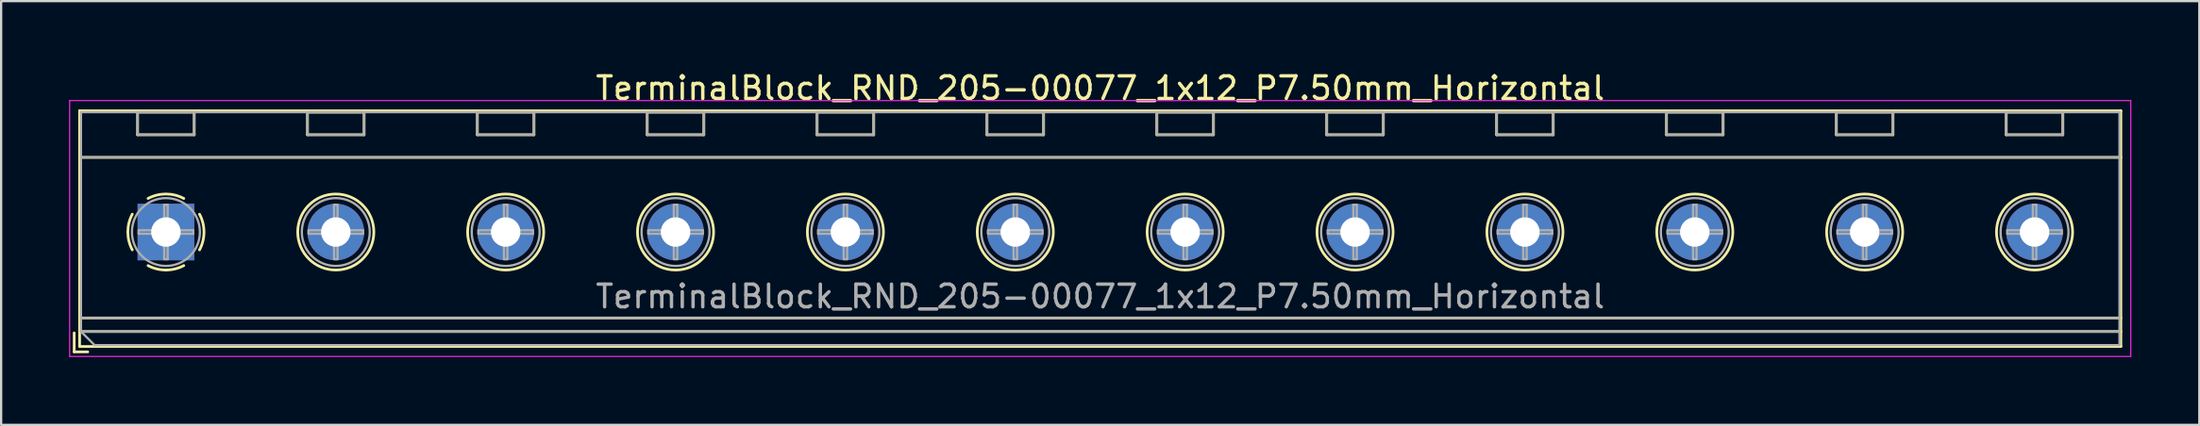
<source format=kicad_pcb>
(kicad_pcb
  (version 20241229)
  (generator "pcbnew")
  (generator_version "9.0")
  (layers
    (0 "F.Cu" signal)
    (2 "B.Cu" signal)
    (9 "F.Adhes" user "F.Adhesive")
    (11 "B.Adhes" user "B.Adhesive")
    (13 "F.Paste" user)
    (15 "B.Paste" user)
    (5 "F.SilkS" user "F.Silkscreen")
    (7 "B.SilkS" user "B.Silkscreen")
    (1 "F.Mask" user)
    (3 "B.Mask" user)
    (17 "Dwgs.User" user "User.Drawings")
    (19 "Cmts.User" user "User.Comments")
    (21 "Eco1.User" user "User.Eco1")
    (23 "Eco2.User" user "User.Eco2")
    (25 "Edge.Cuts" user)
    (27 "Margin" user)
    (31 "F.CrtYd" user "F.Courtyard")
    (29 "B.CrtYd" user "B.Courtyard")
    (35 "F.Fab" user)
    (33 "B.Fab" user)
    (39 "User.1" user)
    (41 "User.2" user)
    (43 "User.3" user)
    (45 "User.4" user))
  (footprint "TerminalBlock_RND_205-00077_1x12_P7.50mm_Horizontal"
    (layer "F.Cu")
    (at 4.275 7.208)
    (property "Reference" "TerminalBlock_RND_205-00077_1x12_P7.50mm_Horizontal" (at 41.25 -6.36 0) (layer "F.SilkS") (effects (font (size 1 1) (thickness 0.15))))
    (attr through_hole)
    (fp_line (start -4.05 4.46) (end -4.05 5.3) (stroke (width 0.12) (type solid)) (layer "F.SilkS"))
    (fp_line (start -4.05 5.3) (end -3.45 5.3) (stroke (width 0.12) (type solid)) (layer "F.SilkS"))
    (fp_line (start -3.81 -5.36) (end -3.81 5.06) (stroke (width 0.12) (type solid)) (layer "F.SilkS"))
    (fp_line (start -3.81 -5.36) (end 86.31 -5.36) (stroke (width 0.12) (type solid)) (layer "F.SilkS"))
    (fp_line (start -3.81 -3.301) (end 86.31 -3.301) (stroke (width 0.12) (type solid)) (layer "F.SilkS"))
    (fp_line (start -3.81 3.8) (end 86.31 3.8) (stroke (width 0.12) (type solid)) (layer "F.SilkS"))
    (fp_line (start -3.81 4.4) (end 86.31 4.4) (stroke (width 0.12) (type solid)) (layer "F.SilkS"))
    (fp_line (start -3.81 5.06) (end 86.31 5.06) (stroke (width 0.12) (type solid)) (layer "F.SilkS"))
    (fp_line (start -1.25 -5.301) (end -1.25 -4.301) (stroke (width 0.12) (type solid)) (layer "F.SilkS"))
    (fp_line (start -1.25 -5.301) (end 1.25 -5.301) (stroke (width 0.12) (type solid)) (layer "F.SilkS"))
    (fp_line (start -1.25 -4.301) (end 1.25 -4.301) (stroke (width 0.12) (type solid)) (layer "F.SilkS"))
    (fp_line (start 1.25 -5.301) (end 1.25 -4.301) (stroke (width 0.12) (type solid)) (layer "F.SilkS"))
    (fp_line (start 6.25 -5.301) (end 6.25 -4.301) (stroke (width 0.12) (type solid)) (layer "F.SilkS"))
    (fp_line (start 6.25 -5.301) (end 8.75 -5.301) (stroke (width 0.12) (type solid)) (layer "F.SilkS"))
    (fp_line (start 6.25 -4.301) (end 8.75 -4.301) (stroke (width 0.12) (type solid)) (layer "F.SilkS"))
    (fp_line (start 8.75 -5.301) (end 8.75 -4.301) (stroke (width 0.12) (type solid)) (layer "F.SilkS"))
    (fp_line (start 13.75 -5.301) (end 13.75 -4.301) (stroke (width 0.12) (type solid)) (layer "F.SilkS"))
    (fp_line (start 13.75 -5.301) (end 16.25 -5.301) (stroke (width 0.12) (type solid)) (layer "F.SilkS"))
    (fp_line (start 13.75 -4.301) (end 16.25 -4.301) (stroke (width 0.12) (type solid)) (layer "F.SilkS"))
    (fp_line (start 16.25 -5.301) (end 16.25 -4.301) (stroke (width 0.12) (type solid)) (layer "F.SilkS"))
    (fp_line (start 21.25 -5.301) (end 21.25 -4.301) (stroke (width 0.12) (type solid)) (layer "F.SilkS"))
    (fp_line (start 21.25 -5.301) (end 23.75 -5.301) (stroke (width 0.12) (type solid)) (layer "F.SilkS"))
    (fp_line (start 21.25 -4.301) (end 23.75 -4.301) (stroke (width 0.12) (type solid)) (layer "F.SilkS"))
    (fp_line (start 23.75 -5.301) (end 23.75 -4.301) (stroke (width 0.12) (type solid)) (layer "F.SilkS"))
    (fp_line (start 28.75 -5.301) (end 28.75 -4.301) (stroke (width 0.12) (type solid)) (layer "F.SilkS"))
    (fp_line (start 28.75 -5.301) (end 31.25 -5.301) (stroke (width 0.12) (type solid)) (layer "F.SilkS"))
    (fp_line (start 28.75 -4.301) (end 31.25 -4.301) (stroke (width 0.12) (type solid)) (layer "F.SilkS"))
    (fp_line (start 31.25 -5.301) (end 31.25 -4.301) (stroke (width 0.12) (type solid)) (layer "F.SilkS"))
    (fp_line (start 36.25 -5.301) (end 36.25 -4.301) (stroke (width 0.12) (type solid)) (layer "F.SilkS"))
    (fp_line (start 36.25 -5.301) (end 38.75 -5.301) (stroke (width 0.12) (type solid)) (layer "F.SilkS"))
    (fp_line (start 36.25 -4.301) (end 38.75 -4.301) (stroke (width 0.12) (type solid)) (layer "F.SilkS"))
    (fp_line (start 38.75 -5.301) (end 38.75 -4.301) (stroke (width 0.12) (type solid)) (layer "F.SilkS"))
    (fp_line (start 43.75 -5.301) (end 43.75 -4.301) (stroke (width 0.12) (type solid)) (layer "F.SilkS"))
    (fp_line (start 43.75 -5.301) (end 46.25 -5.301) (stroke (width 0.12) (type solid)) (layer "F.SilkS"))
    (fp_line (start 43.75 -4.301) (end 46.25 -4.301) (stroke (width 0.12) (type solid)) (layer "F.SilkS"))
    (fp_line (start 46.25 -5.301) (end 46.25 -4.301) (stroke (width 0.12) (type solid)) (layer "F.SilkS"))
    (fp_line (start 51.25 -5.301) (end 51.25 -4.301) (stroke (width 0.12) (type solid)) (layer "F.SilkS"))
    (fp_line (start 51.25 -5.301) (end 53.75 -5.301) (stroke (width 0.12) (type solid)) (layer "F.SilkS"))
    (fp_line (start 51.25 -4.301) (end 53.75 -4.301) (stroke (width 0.12) (type solid)) (layer "F.SilkS"))
    (fp_line (start 53.75 -5.301) (end 53.75 -4.301) (stroke (width 0.12) (type solid)) (layer "F.SilkS"))
    (fp_line (start 58.75 -5.301) (end 58.75 -4.301) (stroke (width 0.12) (type solid)) (layer "F.SilkS"))
    (fp_line (start 58.75 -5.301) (end 61.25 -5.301) (stroke (width 0.12) (type solid)) (layer "F.SilkS"))
    (fp_line (start 58.75 -4.301) (end 61.25 -4.301) (stroke (width 0.12) (type solid)) (layer "F.SilkS"))
    (fp_line (start 61.25 -5.301) (end 61.25 -4.301) (stroke (width 0.12) (type solid)) (layer "F.SilkS"))
    (fp_line (start 66.25 -5.301) (end 66.25 -4.301) (stroke (width 0.12) (type solid)) (layer "F.SilkS"))
    (fp_line (start 66.25 -5.301) (end 68.75 -5.301) (stroke (width 0.12) (type solid)) (layer "F.SilkS"))
    (fp_line (start 66.25 -4.301) (end 68.75 -4.301) (stroke (width 0.12) (type solid)) (layer "F.SilkS"))
    (fp_line (start 68.75 -5.301) (end 68.75 -4.301) (stroke (width 0.12) (type solid)) (layer "F.SilkS"))
    (fp_line (start 73.75 -5.301) (end 73.75 -4.301) (stroke (width 0.12) (type solid)) (layer "F.SilkS"))
    (fp_line (start 73.75 -5.301) (end 76.25 -5.301) (stroke (width 0.12) (type solid)) (layer "F.SilkS"))
    (fp_line (start 73.75 -4.301) (end 76.25 -4.301) (stroke (width 0.12) (type solid)) (layer "F.SilkS"))
    (fp_line (start 76.25 -5.301) (end 76.25 -4.301) (stroke (width 0.12) (type solid)) (layer "F.SilkS"))
    (fp_line (start 81.25 -5.301) (end 81.25 -4.301) (stroke (width 0.12) (type solid)) (layer "F.SilkS"))
    (fp_line (start 81.25 -5.301) (end 83.75 -5.301) (stroke (width 0.12) (type solid)) (layer "F.SilkS"))
    (fp_line (start 81.25 -4.301) (end 83.75 -4.301) (stroke (width 0.12) (type solid)) (layer "F.SilkS"))
    (fp_line (start 83.75 -5.301) (end 83.75 -4.301) (stroke (width 0.12) (type solid)) (layer "F.SilkS"))
    (fp_line (start 86.31 -5.36) (end 86.31 5.06) (stroke (width 0.12) (type solid)) (layer "F.SilkS"))
    (fp_arc (start -1.483953 0.789089) (mid -1.680708 0.00005) (end -1.484 -0.789) (stroke (width 0.12) (type solid)) (layer "F.SilkS"))
    (fp_arc (start -0.789089 -1.483953) (mid -0.00005 -1.680708) (end 0.789 -1.484) (stroke (width 0.12) (type solid)) (layer "F.SilkS"))
    (fp_arc (start 0.029383 1.68045) (mid -0.392304 1.634281) (end -0.789 1.484) (stroke (width 0.12) (type solid)) (layer "F.SilkS"))
    (fp_arc (start 0.788712 1.483352) (mid 0.406429 1.630097) (end 0 1.68) (stroke (width 0.12) (type solid)) (layer "F.SilkS"))
    (fp_arc (start 1.483953 -0.789089) (mid 1.680708 -0.00005) (end 1.484 0.789) (stroke (width 0.12) (type solid)) (layer "F.SilkS"))
    (fp_circle (center 7.5 0) (end 9.18 0) (stroke (width 0.12) (type solid)) (fill no) (layer "F.SilkS"))
    (fp_circle (center 15 0) (end 16.68 0) (stroke (width 0.12) (type solid)) (fill no) (layer "F.SilkS"))
    (fp_circle (center 22.5 0) (end 24.18 0) (stroke (width 0.12) (type solid)) (fill no) (layer "F.SilkS"))
    (fp_circle (center 30 0) (end 31.68 0) (stroke (width 0.12) (type solid)) (fill no) (layer "F.SilkS"))
    (fp_circle (center 37.5 0) (end 39.18 0) (stroke (width 0.12) (type solid)) (fill no) (layer "F.SilkS"))
    (fp_circle (center 45 0) (end 46.68 0) (stroke (width 0.12) (type solid)) (fill no) (layer "F.SilkS"))
    (fp_circle (center 52.5 0) (end 54.18 0) (stroke (width 0.12) (type solid)) (fill no) (layer "F.SilkS"))
    (fp_circle (center 60 0) (end 61.68 0) (stroke (width 0.12) (type solid)) (fill no) (layer "F.SilkS"))
    (fp_circle (center 67.5 0) (end 69.18 0) (stroke (width 0.12) (type solid)) (fill no) (layer "F.SilkS"))
    (fp_circle (center 75 0) (end 76.68 0) (stroke (width 0.12) (type solid)) (fill no) (layer "F.SilkS"))
    (fp_circle (center 82.5 0) (end 84.18 0) (stroke (width 0.12) (type solid)) (fill no) (layer "F.SilkS"))
    (fp_line (start -4.25 -5.81) (end -4.25 5.5) (stroke (width 0.05) (type solid)) (layer "F.CrtYd"))
    (fp_line (start -4.25 5.5) (end 86.75 5.5) (stroke (width 0.05) (type solid)) (layer "F.CrtYd"))
    (fp_line (start 86.75 -5.81) (end -4.25 -5.81) (stroke (width 0.05) (type solid)) (layer "F.CrtYd"))
    (fp_line (start 86.75 5.5) (end 86.75 -5.81) (stroke (width 0.05) (type solid)) (layer "F.CrtYd"))
    (fp_line (start -3.75 -5.3) (end 86.25 -5.3) (stroke (width 0.1) (type solid)) (layer "F.Fab"))
    (fp_line (start -3.75 -3.3) (end 86.25 -3.3) (stroke (width 0.1) (type solid)) (layer "F.Fab"))
    (fp_line (start -3.75 3.8) (end 86.25 3.8) (stroke (width 0.1) (type solid)) (layer "F.Fab"))
    (fp_line (start -3.75 4.4) (end -3.75 -5.3) (stroke (width 0.1) (type solid)) (layer "F.Fab"))
    (fp_line (start -3.75 4.4) (end 86.25 4.4) (stroke (width 0.1) (type solid)) (layer "F.Fab"))
    (fp_line (start -3.15 5) (end -3.75 4.4) (stroke (width 0.1) (type solid)) (layer "F.Fab"))
    (fp_line (start -1.25 -5.3) (end -1.25 -4.3) (stroke (width 0.1) (type solid)) (layer "F.Fab"))
    (fp_line (start -1.25 -4.3) (end 1.25 -4.3) (stroke (width 0.1) (type solid)) (layer "F.Fab"))
    (fp_line (start -1.201 -0.076) (end -0.076 -0.076) (stroke (width 0.1) (type solid)) (layer "F.Fab"))
    (fp_line (start -1.201 0.076) (end -1.201 -0.076) (stroke (width 0.1) (type solid)) (layer "F.Fab"))
    (fp_line (start -0.076 -1.201) (end 0.076 -1.201) (stroke (width 0.1) (type solid)) (layer "F.Fab"))
    (fp_line (start -0.076 -0.076) (end -0.076 -1.201) (stroke (width 0.1) (type solid)) (layer "F.Fab"))
    (fp_line (start -0.076 0.076) (end -1.201 0.076) (stroke (width 0.1) (type solid)) (layer "F.Fab"))
    (fp_line (start -0.076 1.201) (end -0.076 0.076) (stroke (width 0.1) (type solid)) (layer "F.Fab"))
    (fp_line (start 0.076 -1.201) (end 0.076 -0.076) (stroke (width 0.1) (type solid)) (layer "F.Fab"))
    (fp_line (start 0.076 -0.076) (end 1.201 -0.076) (stroke (width 0.1) (type solid)) (layer "F.Fab"))
    (fp_line (start 0.076 0.076) (end 0.076 1.201) (stroke (width 0.1) (type solid)) (layer "F.Fab"))
    (fp_line (start 0.076 1.201) (end -0.076 1.201) (stroke (width 0.1) (type solid)) (layer "F.Fab"))
    (fp_line (start 1.201 -0.076) (end 1.201 0.076) (stroke (width 0.1) (type solid)) (layer "F.Fab"))
    (fp_line (start 1.201 0.076) (end 0.076 0.076) (stroke (width 0.1) (type solid)) (layer "F.Fab"))
    (fp_line (start 1.25 -5.3) (end -1.25 -5.3) (stroke (width 0.1) (type solid)) (layer "F.Fab"))
    (fp_line (start 1.25 -4.3) (end 1.25 -5.3) (stroke (width 0.1) (type solid)) (layer "F.Fab"))
    (fp_line (start 6.25 -5.3) (end 6.25 -4.3) (stroke (width 0.1) (type solid)) (layer "F.Fab"))
    (fp_line (start 6.25 -4.3) (end 8.75 -4.3) (stroke (width 0.1) (type solid)) (layer "F.Fab"))
    (fp_line (start 6.299 -0.076) (end 7.424 -0.076) (stroke (width 0.1) (type solid)) (layer "F.Fab"))
    (fp_line (start 6.299 0.076) (end 6.299 -0.076) (stroke (width 0.1) (type solid)) (layer "F.Fab"))
    (fp_line (start 7.424 -1.201) (end 7.576 -1.201) (stroke (width 0.1) (type solid)) (layer "F.Fab"))
    (fp_line (start 7.424 -0.076) (end 7.424 -1.201) (stroke (width 0.1) (type solid)) (layer "F.Fab"))
    (fp_line (start 7.424 0.076) (end 6.299 0.076) (stroke (width 0.1) (type solid)) (layer "F.Fab"))
    (fp_line (start 7.424 1.201) (end 7.424 0.076) (stroke (width 0.1) (type solid)) (layer "F.Fab"))
    (fp_line (start 7.576 -1.201) (end 7.576 -0.076) (stroke (width 0.1) (type solid)) (layer "F.Fab"))
    (fp_line (start 7.576 -0.076) (end 8.701 -0.076) (stroke (width 0.1) (type solid)) (layer "F.Fab"))
    (fp_line (start 7.576 0.076) (end 7.576 1.201) (stroke (width 0.1) (type solid)) (layer "F.Fab"))
    (fp_line (start 7.576 1.201) (end 7.424 1.201) (stroke (width 0.1) (type solid)) (layer "F.Fab"))
    (fp_line (start 8.701 -0.076) (end 8.701 0.076) (stroke (width 0.1) (type solid)) (layer "F.Fab"))
    (fp_line (start 8.701 0.076) (end 7.576 0.076) (stroke (width 0.1) (type solid)) (layer "F.Fab"))
    (fp_line (start 8.75 -5.3) (end 6.25 -5.3) (stroke (width 0.1) (type solid)) (layer "F.Fab"))
    (fp_line (start 8.75 -4.3) (end 8.75 -5.3) (stroke (width 0.1) (type solid)) (layer "F.Fab"))
    (fp_line (start 13.75 -5.3) (end 13.75 -4.3) (stroke (width 0.1) (type solid)) (layer "F.Fab"))
    (fp_line (start 13.75 -4.3) (end 16.25 -4.3) (stroke (width 0.1) (type solid)) (layer "F.Fab"))
    (fp_line (start 13.799 -0.076) (end 14.924 -0.076) (stroke (width 0.1) (type solid)) (layer "F.Fab"))
    (fp_line (start 13.799 0.076) (end 13.799 -0.076) (stroke (width 0.1) (type solid)) (layer "F.Fab"))
    (fp_line (start 14.924 -1.201) (end 15.076 -1.201) (stroke (width 0.1) (type solid)) (layer "F.Fab"))
    (fp_line (start 14.924 -0.076) (end 14.924 -1.201) (stroke (width 0.1) (type solid)) (layer "F.Fab"))
    (fp_line (start 14.924 0.076) (end 13.799 0.076) (stroke (width 0.1) (type solid)) (layer "F.Fab"))
    (fp_line (start 14.924 1.201) (end 14.924 0.076) (stroke (width 0.1) (type solid)) (layer "F.Fab"))
    (fp_line (start 15.076 -1.201) (end 15.076 -0.076) (stroke (width 0.1) (type solid)) (layer "F.Fab"))
    (fp_line (start 15.076 -0.076) (end 16.201 -0.076) (stroke (width 0.1) (type solid)) (layer "F.Fab"))
    (fp_line (start 15.076 0.076) (end 15.076 1.201) (stroke (width 0.1) (type solid)) (layer "F.Fab"))
    (fp_line (start 15.076 1.201) (end 14.924 1.201) (stroke (width 0.1) (type solid)) (layer "F.Fab"))
    (fp_line (start 16.201 -0.076) (end 16.201 0.076) (stroke (width 0.1) (type solid)) (layer "F.Fab"))
    (fp_line (start 16.201 0.076) (end 15.076 0.076) (stroke (width 0.1) (type solid)) (layer "F.Fab"))
    (fp_line (start 16.25 -5.3) (end 13.75 -5.3) (stroke (width 0.1) (type solid)) (layer "F.Fab"))
    (fp_line (start 16.25 -4.3) (end 16.25 -5.3) (stroke (width 0.1) (type solid)) (layer "F.Fab"))
    (fp_line (start 21.25 -5.3) (end 21.25 -4.3) (stroke (width 0.1) (type solid)) (layer "F.Fab"))
    (fp_line (start 21.25 -4.3) (end 23.75 -4.3) (stroke (width 0.1) (type solid)) (layer "F.Fab"))
    (fp_line (start 21.299 -0.076) (end 22.424 -0.076) (stroke (width 0.1) (type solid)) (layer "F.Fab"))
    (fp_line (start 21.299 0.076) (end 21.299 -0.076) (stroke (width 0.1) (type solid)) (layer "F.Fab"))
    (fp_line (start 22.424 -1.201) (end 22.576 -1.201) (stroke (width 0.1) (type solid)) (layer "F.Fab"))
    (fp_line (start 22.424 -0.076) (end 22.424 -1.201) (stroke (width 0.1) (type solid)) (layer "F.Fab"))
    (fp_line (start 22.424 0.076) (end 21.299 0.076) (stroke (width 0.1) (type solid)) (layer "F.Fab"))
    (fp_line (start 22.424 1.201) (end 22.424 0.076) (stroke (width 0.1) (type solid)) (layer "F.Fab"))
    (fp_line (start 22.576 -1.201) (end 22.576 -0.076) (stroke (width 0.1) (type solid)) (layer "F.Fab"))
    (fp_line (start 22.576 -0.076) (end 23.701 -0.076) (stroke (width 0.1) (type solid)) (layer "F.Fab"))
    (fp_line (start 22.576 0.076) (end 22.576 1.201) (stroke (width 0.1) (type solid)) (layer "F.Fab"))
    (fp_line (start 22.576 1.201) (end 22.424 1.201) (stroke (width 0.1) (type solid)) (layer "F.Fab"))
    (fp_line (start 23.701 -0.076) (end 23.701 0.076) (stroke (width 0.1) (type solid)) (layer "F.Fab"))
    (fp_line (start 23.701 0.076) (end 22.576 0.076) (stroke (width 0.1) (type solid)) (layer "F.Fab"))
    (fp_line (start 23.75 -5.3) (end 21.25 -5.3) (stroke (width 0.1) (type solid)) (layer "F.Fab"))
    (fp_line (start 23.75 -4.3) (end 23.75 -5.3) (stroke (width 0.1) (type solid)) (layer "F.Fab"))
    (fp_line (start 28.75 -5.3) (end 28.75 -4.3) (stroke (width 0.1) (type solid)) (layer "F.Fab"))
    (fp_line (start 28.75 -4.3) (end 31.25 -4.3) (stroke (width 0.1) (type solid)) (layer "F.Fab"))
    (fp_line (start 28.799 -0.076) (end 29.924 -0.076) (stroke (width 0.1) (type solid)) (layer "F.Fab"))
    (fp_line (start 28.799 0.076) (end 28.799 -0.076) (stroke (width 0.1) (type solid)) (layer "F.Fab"))
    (fp_line (start 29.924 -1.201) (end 30.076 -1.201) (stroke (width 0.1) (type solid)) (layer "F.Fab"))
    (fp_line (start 29.924 -0.076) (end 29.924 -1.201) (stroke (width 0.1) (type solid)) (layer "F.Fab"))
    (fp_line (start 29.924 0.076) (end 28.799 0.076) (stroke (width 0.1) (type solid)) (layer "F.Fab"))
    (fp_line (start 29.924 1.201) (end 29.924 0.076) (stroke (width 0.1) (type solid)) (layer "F.Fab"))
    (fp_line (start 30.076 -1.201) (end 30.076 -0.076) (stroke (width 0.1) (type solid)) (layer "F.Fab"))
    (fp_line (start 30.076 -0.076) (end 31.201 -0.076) (stroke (width 0.1) (type solid)) (layer "F.Fab"))
    (fp_line (start 30.076 0.076) (end 30.076 1.201) (stroke (width 0.1) (type solid)) (layer "F.Fab"))
    (fp_line (start 30.076 1.201) (end 29.924 1.201) (stroke (width 0.1) (type solid)) (layer "F.Fab"))
    (fp_line (start 31.201 -0.076) (end 31.201 0.076) (stroke (width 0.1) (type solid)) (layer "F.Fab"))
    (fp_line (start 31.201 0.076) (end 30.076 0.076) (stroke (width 0.1) (type solid)) (layer "F.Fab"))
    (fp_line (start 31.25 -5.3) (end 28.75 -5.3) (stroke (width 0.1) (type solid)) (layer "F.Fab"))
    (fp_line (start 31.25 -4.3) (end 31.25 -5.3) (stroke (width 0.1) (type solid)) (layer "F.Fab"))
    (fp_line (start 36.25 -5.3) (end 36.25 -4.3) (stroke (width 0.1) (type solid)) (layer "F.Fab"))
    (fp_line (start 36.25 -4.3) (end 38.75 -4.3) (stroke (width 0.1) (type solid)) (layer "F.Fab"))
    (fp_line (start 36.299 -0.076) (end 37.424 -0.076) (stroke (width 0.1) (type solid)) (layer "F.Fab"))
    (fp_line (start 36.299 0.076) (end 36.299 -0.076) (stroke (width 0.1) (type solid)) (layer "F.Fab"))
    (fp_line (start 37.424 -1.201) (end 37.576 -1.201) (stroke (width 0.1) (type solid)) (layer "F.Fab"))
    (fp_line (start 37.424 -0.076) (end 37.424 -1.201) (stroke (width 0.1) (type solid)) (layer "F.Fab"))
    (fp_line (start 37.424 0.076) (end 36.299 0.076) (stroke (width 0.1) (type solid)) (layer "F.Fab"))
    (fp_line (start 37.424 1.201) (end 37.424 0.076) (stroke (width 0.1) (type solid)) (layer "F.Fab"))
    (fp_line (start 37.576 -1.201) (end 37.576 -0.076) (stroke (width 0.1) (type solid)) (layer "F.Fab"))
    (fp_line (start 37.576 -0.076) (end 38.701 -0.076) (stroke (width 0.1) (type solid)) (layer "F.Fab"))
    (fp_line (start 37.576 0.076) (end 37.576 1.201) (stroke (width 0.1) (type solid)) (layer "F.Fab"))
    (fp_line (start 37.576 1.201) (end 37.424 1.201) (stroke (width 0.1) (type solid)) (layer "F.Fab"))
    (fp_line (start 38.701 -0.076) (end 38.701 0.076) (stroke (width 0.1) (type solid)) (layer "F.Fab"))
    (fp_line (start 38.701 0.076) (end 37.576 0.076) (stroke (width 0.1) (type solid)) (layer "F.Fab"))
    (fp_line (start 38.75 -5.3) (end 36.25 -5.3) (stroke (width 0.1) (type solid)) (layer "F.Fab"))
    (fp_line (start 38.75 -4.3) (end 38.75 -5.3) (stroke (width 0.1) (type solid)) (layer "F.Fab"))
    (fp_line (start 43.75 -5.3) (end 43.75 -4.3) (stroke (width 0.1) (type solid)) (layer "F.Fab"))
    (fp_line (start 43.75 -4.3) (end 46.25 -4.3) (stroke (width 0.1) (type solid)) (layer "F.Fab"))
    (fp_line (start 43.799 -0.076) (end 44.924 -0.076) (stroke (width 0.1) (type solid)) (layer "F.Fab"))
    (fp_line (start 43.799 0.076) (end 43.799 -0.076) (stroke (width 0.1) (type solid)) (layer "F.Fab"))
    (fp_line (start 44.924 -1.201) (end 45.076 -1.201) (stroke (width 0.1) (type solid)) (layer "F.Fab"))
    (fp_line (start 44.924 -0.076) (end 44.924 -1.201) (stroke (width 0.1) (type solid)) (layer "F.Fab"))
    (fp_line (start 44.924 0.076) (end 43.799 0.076) (stroke (width 0.1) (type solid)) (layer "F.Fab"))
    (fp_line (start 44.924 1.201) (end 44.924 0.076) (stroke (width 0.1) (type solid)) (layer "F.Fab"))
    (fp_line (start 45.076 -1.201) (end 45.076 -0.076) (stroke (width 0.1) (type solid)) (layer "F.Fab"))
    (fp_line (start 45.076 -0.076) (end 46.201 -0.076) (stroke (width 0.1) (type solid)) (layer "F.Fab"))
    (fp_line (start 45.076 0.076) (end 45.076 1.201) (stroke (width 0.1) (type solid)) (layer "F.Fab"))
    (fp_line (start 45.076 1.201) (end 44.924 1.201) (stroke (width 0.1) (type solid)) (layer "F.Fab"))
    (fp_line (start 46.201 -0.076) (end 46.201 0.076) (stroke (width 0.1) (type solid)) (layer "F.Fab"))
    (fp_line (start 46.201 0.076) (end 45.076 0.076) (stroke (width 0.1) (type solid)) (layer "F.Fab"))
    (fp_line (start 46.25 -5.3) (end 43.75 -5.3) (stroke (width 0.1) (type solid)) (layer "F.Fab"))
    (fp_line (start 46.25 -4.3) (end 46.25 -5.3) (stroke (width 0.1) (type solid)) (layer "F.Fab"))
    (fp_line (start 51.25 -5.3) (end 51.25 -4.3) (stroke (width 0.1) (type solid)) (layer "F.Fab"))
    (fp_line (start 51.25 -4.3) (end 53.75 -4.3) (stroke (width 0.1) (type solid)) (layer "F.Fab"))
    (fp_line (start 51.299 -0.076) (end 52.424 -0.076) (stroke (width 0.1) (type solid)) (layer "F.Fab"))
    (fp_line (start 51.299 0.076) (end 51.299 -0.076) (stroke (width 0.1) (type solid)) (layer "F.Fab"))
    (fp_line (start 52.424 -1.201) (end 52.576 -1.201) (stroke (width 0.1) (type solid)) (layer "F.Fab"))
    (fp_line (start 52.424 -0.076) (end 52.424 -1.201) (stroke (width 0.1) (type solid)) (layer "F.Fab"))
    (fp_line (start 52.424 0.076) (end 51.299 0.076) (stroke (width 0.1) (type solid)) (layer "F.Fab"))
    (fp_line (start 52.424 1.201) (end 52.424 0.076) (stroke (width 0.1) (type solid)) (layer "F.Fab"))
    (fp_line (start 52.576 -1.201) (end 52.576 -0.076) (stroke (width 0.1) (type solid)) (layer "F.Fab"))
    (fp_line (start 52.576 -0.076) (end 53.701 -0.076) (stroke (width 0.1) (type solid)) (layer "F.Fab"))
    (fp_line (start 52.576 0.076) (end 52.576 1.201) (stroke (width 0.1) (type solid)) (layer "F.Fab"))
    (fp_line (start 52.576 1.201) (end 52.424 1.201) (stroke (width 0.1) (type solid)) (layer "F.Fab"))
    (fp_line (start 53.701 -0.076) (end 53.701 0.076) (stroke (width 0.1) (type solid)) (layer "F.Fab"))
    (fp_line (start 53.701 0.076) (end 52.576 0.076) (stroke (width 0.1) (type solid)) (layer "F.Fab"))
    (fp_line (start 53.75 -5.3) (end 51.25 -5.3) (stroke (width 0.1) (type solid)) (layer "F.Fab"))
    (fp_line (start 53.75 -4.3) (end 53.75 -5.3) (stroke (width 0.1) (type solid)) (layer "F.Fab"))
    (fp_line (start 58.75 -5.3) (end 58.75 -4.3) (stroke (width 0.1) (type solid)) (layer "F.Fab"))
    (fp_line (start 58.75 -4.3) (end 61.25 -4.3) (stroke (width 0.1) (type solid)) (layer "F.Fab"))
    (fp_line (start 58.799 -0.076) (end 59.924 -0.076) (stroke (width 0.1) (type solid)) (layer "F.Fab"))
    (fp_line (start 58.799 0.076) (end 58.799 -0.076) (stroke (width 0.1) (type solid)) (layer "F.Fab"))
    (fp_line (start 59.924 -1.201) (end 60.076 -1.201) (stroke (width 0.1) (type solid)) (layer "F.Fab"))
    (fp_line (start 59.924 -0.076) (end 59.924 -1.201) (stroke (width 0.1) (type solid)) (layer "F.Fab"))
    (fp_line (start 59.924 0.076) (end 58.799 0.076) (stroke (width 0.1) (type solid)) (layer "F.Fab"))
    (fp_line (start 59.924 1.201) (end 59.924 0.076) (stroke (width 0.1) (type solid)) (layer "F.Fab"))
    (fp_line (start 60.076 -1.201) (end 60.076 -0.076) (stroke (width 0.1) (type solid)) (layer "F.Fab"))
    (fp_line (start 60.076 -0.076) (end 61.201 -0.076) (stroke (width 0.1) (type solid)) (layer "F.Fab"))
    (fp_line (start 60.076 0.076) (end 60.076 1.201) (stroke (width 0.1) (type solid)) (layer "F.Fab"))
    (fp_line (start 60.076 1.201) (end 59.924 1.201) (stroke (width 0.1) (type solid)) (layer "F.Fab"))
    (fp_line (start 61.201 -0.076) (end 61.201 0.076) (stroke (width 0.1) (type solid)) (layer "F.Fab"))
    (fp_line (start 61.201 0.076) (end 60.076 0.076) (stroke (width 0.1) (type solid)) (layer "F.Fab"))
    (fp_line (start 61.25 -5.3) (end 58.75 -5.3) (stroke (width 0.1) (type solid)) (layer "F.Fab"))
    (fp_line (start 61.25 -4.3) (end 61.25 -5.3) (stroke (width 0.1) (type solid)) (layer "F.Fab"))
    (fp_line (start 66.25 -5.3) (end 66.25 -4.3) (stroke (width 0.1) (type solid)) (layer "F.Fab"))
    (fp_line (start 66.25 -4.3) (end 68.75 -4.3) (stroke (width 0.1) (type solid)) (layer "F.Fab"))
    (fp_line (start 66.299 -0.076) (end 67.424 -0.076) (stroke (width 0.1) (type solid)) (layer "F.Fab"))
    (fp_line (start 66.299 0.076) (end 66.299 -0.076) (stroke (width 0.1) (type solid)) (layer "F.Fab"))
    (fp_line (start 67.424 -1.201) (end 67.576 -1.201) (stroke (width 0.1) (type solid)) (layer "F.Fab"))
    (fp_line (start 67.424 -0.076) (end 67.424 -1.201) (stroke (width 0.1) (type solid)) (layer "F.Fab"))
    (fp_line (start 67.424 0.076) (end 66.299 0.076) (stroke (width 0.1) (type solid)) (layer "F.Fab"))
    (fp_line (start 67.424 1.201) (end 67.424 0.076) (stroke (width 0.1) (type solid)) (layer "F.Fab"))
    (fp_line (start 67.576 -1.201) (end 67.576 -0.076) (stroke (width 0.1) (type solid)) (layer "F.Fab"))
    (fp_line (start 67.576 -0.076) (end 68.701 -0.076) (stroke (width 0.1) (type solid)) (layer "F.Fab"))
    (fp_line (start 67.576 0.076) (end 67.576 1.201) (stroke (width 0.1) (type solid)) (layer "F.Fab"))
    (fp_line (start 67.576 1.201) (end 67.424 1.201) (stroke (width 0.1) (type solid)) (layer "F.Fab"))
    (fp_line (start 68.701 -0.076) (end 68.701 0.076) (stroke (width 0.1) (type solid)) (layer "F.Fab"))
    (fp_line (start 68.701 0.076) (end 67.576 0.076) (stroke (width 0.1) (type solid)) (layer "F.Fab"))
    (fp_line (start 68.75 -5.3) (end 66.25 -5.3) (stroke (width 0.1) (type solid)) (layer "F.Fab"))
    (fp_line (start 68.75 -4.3) (end 68.75 -5.3) (stroke (width 0.1) (type solid)) (layer "F.Fab"))
    (fp_line (start 73.75 -5.3) (end 73.75 -4.3) (stroke (width 0.1) (type solid)) (layer "F.Fab"))
    (fp_line (start 73.75 -4.3) (end 76.25 -4.3) (stroke (width 0.1) (type solid)) (layer "F.Fab"))
    (fp_line (start 73.799 -0.076) (end 74.924 -0.076) (stroke (width 0.1) (type solid)) (layer "F.Fab"))
    (fp_line (start 73.799 0.076) (end 73.799 -0.076) (stroke (width 0.1) (type solid)) (layer "F.Fab"))
    (fp_line (start 74.924 -1.201) (end 75.076 -1.201) (stroke (width 0.1) (type solid)) (layer "F.Fab"))
    (fp_line (start 74.924 -0.076) (end 74.924 -1.201) (stroke (width 0.1) (type solid)) (layer "F.Fab"))
    (fp_line (start 74.924 0.076) (end 73.799 0.076) (stroke (width 0.1) (type solid)) (layer "F.Fab"))
    (fp_line (start 74.924 1.201) (end 74.924 0.076) (stroke (width 0.1) (type solid)) (layer "F.Fab"))
    (fp_line (start 75.076 -1.201) (end 75.076 -0.076) (stroke (width 0.1) (type solid)) (layer "F.Fab"))
    (fp_line (start 75.076 -0.076) (end 76.201 -0.076) (stroke (width 0.1) (type solid)) (layer "F.Fab"))
    (fp_line (start 75.076 0.076) (end 75.076 1.201) (stroke (width 0.1) (type solid)) (layer "F.Fab"))
    (fp_line (start 75.076 1.201) (end 74.924 1.201) (stroke (width 0.1) (type solid)) (layer "F.Fab"))
    (fp_line (start 76.201 -0.076) (end 76.201 0.076) (stroke (width 0.1) (type solid)) (layer "F.Fab"))
    (fp_line (start 76.201 0.076) (end 75.076 0.076) (stroke (width 0.1) (type solid)) (layer "F.Fab"))
    (fp_line (start 76.25 -5.3) (end 73.75 -5.3) (stroke (width 0.1) (type solid)) (layer "F.Fab"))
    (fp_line (start 76.25 -4.3) (end 76.25 -5.3) (stroke (width 0.1) (type solid)) (layer "F.Fab"))
    (fp_line (start 81.25 -5.3) (end 81.25 -4.3) (stroke (width 0.1) (type solid)) (layer "F.Fab"))
    (fp_line (start 81.25 -4.3) (end 83.75 -4.3) (stroke (width 0.1) (type solid)) (layer "F.Fab"))
    (fp_line (start 81.299 -0.076) (end 82.424 -0.076) (stroke (width 0.1) (type solid)) (layer "F.Fab"))
    (fp_line (start 81.299 0.076) (end 81.299 -0.076) (stroke (width 0.1) (type solid)) (layer "F.Fab"))
    (fp_line (start 82.424 -1.201) (end 82.576 -1.201) (stroke (width 0.1) (type solid)) (layer "F.Fab"))
    (fp_line (start 82.424 -0.076) (end 82.424 -1.201) (stroke (width 0.1) (type solid)) (layer "F.Fab"))
    (fp_line (start 82.424 0.076) (end 81.299 0.076) (stroke (width 0.1) (type solid)) (layer "F.Fab"))
    (fp_line (start 82.424 1.201) (end 82.424 0.076) (stroke (width 0.1) (type solid)) (layer "F.Fab"))
    (fp_line (start 82.576 -1.201) (end 82.576 -0.076) (stroke (width 0.1) (type solid)) (layer "F.Fab"))
    (fp_line (start 82.576 -0.076) (end 83.701 -0.076) (stroke (width 0.1) (type solid)) (layer "F.Fab"))
    (fp_line (start 82.576 0.076) (end 82.576 1.201) (stroke (width 0.1) (type solid)) (layer "F.Fab"))
    (fp_line (start 82.576 1.201) (end 82.424 1.201) (stroke (width 0.1) (type solid)) (layer "F.Fab"))
    (fp_line (start 83.701 -0.076) (end 83.701 0.076) (stroke (width 0.1) (type solid)) (layer "F.Fab"))
    (fp_line (start 83.701 0.076) (end 82.576 0.076) (stroke (width 0.1) (type solid)) (layer "F.Fab"))
    (fp_line (start 83.75 -5.3) (end 81.25 -5.3) (stroke (width 0.1) (type solid)) (layer "F.Fab"))
    (fp_line (start 83.75 -4.3) (end 83.75 -5.3) (stroke (width 0.1) (type solid)) (layer "F.Fab"))
    (fp_line (start 86.25 -5.3) (end 86.25 5) (stroke (width 0.1) (type solid)) (layer "F.Fab"))
    (fp_line (start 86.25 5) (end -3.15 5) (stroke (width 0.1) (type solid)) (layer "F.Fab"))
    (fp_circle (center 0 0) (end 1.5 0) (stroke (width 0.1) (type solid)) (fill no) (layer "F.Fab"))
    (fp_circle (center 7.5 0) (end 9 0) (stroke (width 0.1) (type solid)) (fill no) (layer "F.Fab"))
    (fp_circle (center 15 0) (end 16.5 0) (stroke (width 0.1) (type solid)) (fill no) (layer "F.Fab"))
    (fp_circle (center 22.5 0) (end 24 0) (stroke (width 0.1) (type solid)) (fill no) (layer "F.Fab"))
    (fp_circle (center 30 0) (end 31.5 0) (stroke (width 0.1) (type solid)) (fill no) (layer "F.Fab"))
    (fp_circle (center 37.5 0) (end 39 0) (stroke (width 0.1) (type solid)) (fill no) (layer "F.Fab"))
    (fp_circle (center 45 0) (end 46.5 0) (stroke (width 0.1) (type solid)) (fill no) (layer "F.Fab"))
    (fp_circle (center 52.5 0) (end 54 0) (stroke (width 0.1) (type solid)) (fill no) (layer "F.Fab"))
    (fp_circle (center 60 0) (end 61.5 0) (stroke (width 0.1) (type solid)) (fill no) (layer "F.Fab"))
    (fp_circle (center 67.5 0) (end 69 0) (stroke (width 0.1) (type solid)) (fill no) (layer "F.Fab"))
    (fp_circle (center 75 0) (end 76.5 0) (stroke (width 0.1) (type solid)) (fill no) (layer "F.Fab"))
    (fp_circle (center 82.5 0) (end 84 0) (stroke (width 0.1) (type solid)) (fill no) (layer "F.Fab"))
    (fp_text user "${REFERENCE}" (at 41.25 2.85 0) (layer "F.Fab") (effects (font (size 1 1) (thickness 0.15))))
    (pad "1" thru_hole rect (at 0 0) (size 2.5 2.5) (drill 1.3) (layers "*.Cu" "*.Mask"))
    (pad "2" thru_hole circle (at 7.5 0) (size 2.5 2.5) (drill 1.3) (layers "*.Cu" "*.Mask"))
    (pad "3" thru_hole circle (at 15 0) (size 2.5 2.5) (drill 1.3) (layers "*.Cu" "*.Mask"))
    (pad "4" thru_hole circle (at 22.5 0) (size 2.5 2.5) (drill 1.3) (layers "*.Cu" "*.Mask"))
    (pad "5" thru_hole circle (at 30 0) (size 2.5 2.5) (drill 1.3) (layers "*.Cu" "*.Mask"))
    (pad "6" thru_hole circle (at 37.5 0) (size 2.5 2.5) (drill 1.3) (layers "*.Cu" "*.Mask"))
    (pad "7" thru_hole circle (at 45 0) (size 2.5 2.5) (drill 1.3) (layers "*.Cu" "*.Mask"))
    (pad "8" thru_hole circle (at 52.5 0) (size 2.5 2.5) (drill 1.3) (layers "*.Cu" "*.Mask"))
    (pad "9" thru_hole circle (at 60 0) (size 2.5 2.5) (drill 1.3) (layers "*.Cu" "*.Mask"))
    (pad "10" thru_hole circle (at 67.5 0) (size 2.5 2.5) (drill 1.3) (layers "*.Cu" "*.Mask"))
    (pad "11" thru_hole circle (at 75 0) (size 2.5 2.5) (drill 1.3) (layers "*.Cu" "*.Mask"))
    (pad "12" thru_hole circle (at 82.5 0) (size 2.5 2.5) (drill 1.3) (layers "*.Cu" "*.Mask")))
  (gr_rect
    (start -3 -3)
    (end 94.05 15.733)
    (stroke (width 0.1) (type default))
    (fill no)
    (layer "Edge.Cuts")))
</source>
